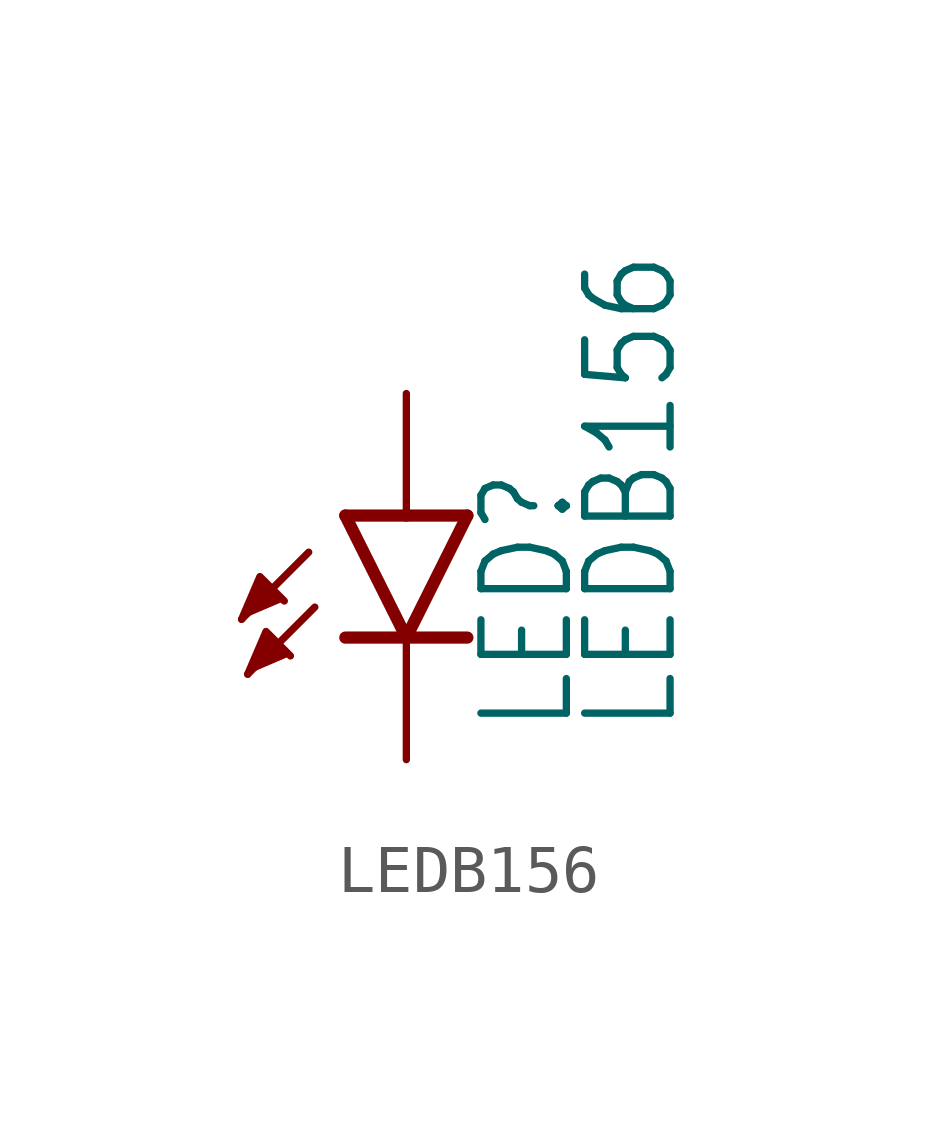
<source format=kicad_sym>
(kicad_symbol_lib
  (version 20200126)
  (host kicad_symbol_editor "(5.99.0-2281-g2f31bf278-dirty)")
  (symbol "LEDB156"
    (property "Reference" "LED"
      (at 3.556 -4.572 90)
      (effects (font (size 1.778 1.511)) (justify left bottom)))
    (property "Value" "LEDB156"
      (at 5.715 -4.572 90)
      (effects (font (size 1.778 1.511)) (justify left bottom)))
    (property "ki_locked" ""
      (at 0 0 0)
      (effects (font (size 1.27 1.27))))
    (symbol "LEDB156_1_0"
      (polyline (pts (xy 1.27 0) (xy 0 -2.54)) (stroke (width 0.254)) (fill (type none)))
      (polyline (pts (xy 0 -2.54) (xy -1.27 0)) (stroke (width 0.254)) (fill (type none)))
      (polyline (pts (xy 1.27 -2.54) (xy 0 -2.54)) (stroke (width 0.254)) (fill (type none)))
      (polyline (pts (xy 0 -2.54) (xy -1.27 -2.54)) (stroke (width 0.254)) (fill (type none)))
      (polyline (pts (xy 1.27 0) (xy 0 0)) (stroke (width 0.254)) (fill (type none)))
      (polyline (pts (xy 0 0) (xy -1.27 0)) (stroke (width 0.254)) (fill (type none)))
      (polyline (pts (xy -2.032 -0.762) (xy -3.429 -2.159)) (stroke (width 0.152)) (fill (type none)))
      (polyline (pts (xy -1.905 -1.905) (xy -3.302 -3.302)) (stroke (width 0.152)) (fill (type none)))
      (polyline (pts (xy -3.429 -2.159) (xy -3.048 -1.27) (xy -2.54 -1.778)) (stroke (width 0)) (fill (type outline)))
      (polyline (pts (xy -3.302 -3.302) (xy -2.921 -2.413) (xy -2.413 -2.921)) (stroke (width 0)) (fill (type outline)))
      (pin passive line (at 0 -5.08 90) (length 2.54) (name "C" (effects (font (size 0 0)))) (number "K" (effects (font (size 0 0)))))
      (pin passive line (at 0 2.54 270) (length 2.54) (name "A" (effects (font (size 0 0)))) (number "A" (effects (font (size 0 0))))))))
</source>
